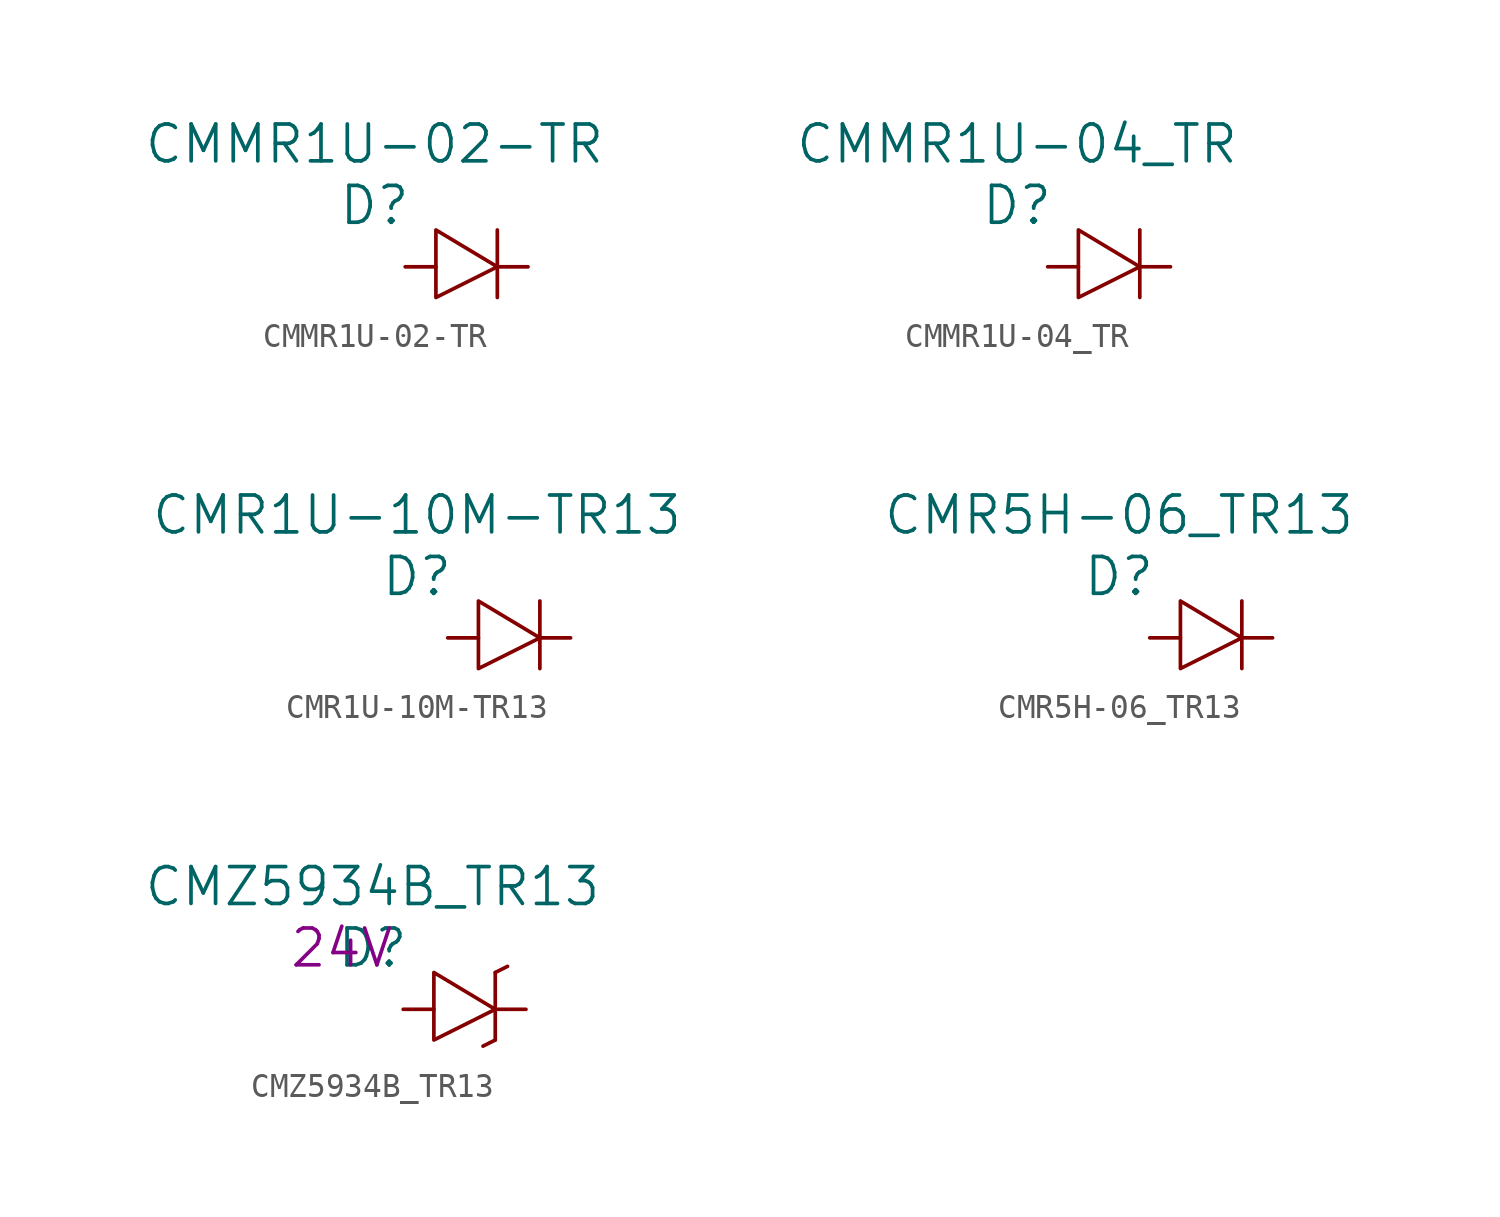
<source format=kicad_sym>
(kicad_symbol_lib
  (version 20220914)
  (generator kicad_symbol_editor)
  (symbol "CMMR1U-02-TR"
    (pin_numbers hide)
    (pin_names
      (offset 1.016) hide)
    (property "Reference" "D"
      (at -1.27 5.08 0)
      (effects (font (size 1.524 1.524))))
    (property "Value" "CMMR1U-02-TR"
      (at -1.27 7.62 0)
      (effects (font (size 1.524 1.524))))
    (symbol "CMMR1U-02-TR_0_1"
      (polyline (pts (xy 3.81 1.27) (xy 3.81 4.064)) (stroke (width 0) (type solid)) (fill (type none)))
      (polyline (pts (xy 1.27 2.54) (xy 1.27 4.064) (xy 3.81 2.54) (xy 1.27 1.27) (xy 1.27 2.54)) (stroke (width 0) (type solid)) (fill (type none))))
    (symbol "CMMR1U-02-TR_1_1"
      (pin passive line (at 0 2.54 0) (length 1.27) (name "A" (effects (font (size 1.27 1.27)))) (number "A" (effects (font (size 1.27 1.27)))))
      (pin passive line (at 5.08 2.54 180) (length 1.27) (name "K" (effects (font (size 1.27 1.27)))) (number "K" (effects (font (size 1.27 1.27)))))))
  (symbol "CMMR1U-04_TR"
    (pin_numbers hide)
    (pin_names
      (offset 1.016) hide)
    (property "Reference" "D"
      (at -1.27 5.08 0)
      (effects (font (size 1.524 1.524))))
    (property "Value" "CMMR1U-04_TR"
      (at -1.27 7.62 0)
      (effects (font (size 1.524 1.524))))
    (symbol "CMMR1U-04_TR_0_1"
      (polyline (pts (xy 3.81 1.27) (xy 3.81 4.064)) (stroke (width 0) (type solid)) (fill (type none)))
      (polyline (pts (xy 1.27 2.54) (xy 1.27 4.064) (xy 3.81 2.54) (xy 1.27 1.27) (xy 1.27 2.54)) (stroke (width 0) (type solid)) (fill (type none))))
    (symbol "CMMR1U-04_TR_1_1"
      (pin passive line (at 0 2.54 0) (length 1.27) (name "A" (effects (font (size 1.27 1.27)))) (number "A" (effects (font (size 1.27 1.27)))))
      (pin passive line (at 5.08 2.54 180) (length 1.27) (name "K" (effects (font (size 1.27 1.27)))) (number "K" (effects (font (size 1.27 1.27)))))))
  (symbol "CMR1U-10M-TR13"
    (pin_numbers hide)
    (pin_names
      (offset 1.016) hide)
    (property "Reference" "D"
      (at -1.27 5.08 0)
      (effects (font (size 1.524 1.524))))
    (property "Value" "CMR1U-10M-TR13"
      (at -1.27 7.62 0)
      (effects (font (size 1.524 1.524))))
    (symbol "CMR1U-10M-TR13_0_1"
      (polyline (pts (xy 3.81 1.27) (xy 3.81 4.064)) (stroke (width 0) (type solid)) (fill (type none)))
      (polyline (pts (xy 1.27 2.54) (xy 1.27 4.064) (xy 3.81 2.54) (xy 1.27 1.27) (xy 1.27 2.54)) (stroke (width 0) (type solid)) (fill (type none))))
    (symbol "CMR1U-10M-TR13_1_1"
      (pin passive line (at 0 2.54 0) (length 1.27) (name "A" (effects (font (size 1.27 1.27)))) (number "A" (effects (font (size 1.27 1.27)))))
      (pin passive line (at 5.08 2.54 180) (length 1.27) (name "C" (effects (font (size 1.27 1.27)))) (number "C" (effects (font (size 1.27 1.27)))))))
  (symbol "CMR5H-06_TR13"
    (pin_numbers hide)
    (pin_names
      (offset 1.016) hide)
    (property "Reference" "D"
      (at -1.27 5.08 0)
      (effects (font (size 1.524 1.524))))
    (property "Value" "CMR5H-06_TR13"
      (at -1.27 7.62 0)
      (effects (font (size 1.524 1.524))))
    (symbol "CMR5H-06_TR13_0_1"
      (polyline (pts (xy 3.81 1.27) (xy 3.81 4.064)) (stroke (width 0) (type solid)) (fill (type none)))
      (polyline (pts (xy 1.27 2.54) (xy 1.27 4.064) (xy 3.81 2.54) (xy 1.27 1.27) (xy 1.27 2.54)) (stroke (width 0) (type solid)) (fill (type none))))
    (symbol "CMR5H-06_TR13_1_1"
      (pin passive line (at 0 2.54 0) (length 1.27) (name "A" (effects (font (size 1.27 1.27)))) (number "A" (effects (font (size 1.27 1.27)))))
      (pin passive line (at 5.08 2.54 180) (length 1.27) (name "K" (effects (font (size 1.27 1.27)))) (number "K" (effects (font (size 1.27 1.27)))))))
  (symbol "CMZ5934B_TR13"
    (pin_numbers hide)
    (pin_names
      (offset 1.016) hide)
    (property "Reference" "D"
      (at -1.27 5.08 0)
      (effects (font (size 1.524 1.524))))
    (property "Value" "CMZ5934B_TR13"
      (at -1.27 7.62 0)
      (effects (font (size 1.524 1.524))))
    (property "Voltage" "24V"
      (at -2.54 5.08 0)
      (effects (font (size 1.524 1.524))))
    (symbol "CMZ5934B_TR13_0_1"
      (polyline (pts (xy 3.81 1.27) (xy 3.302 1.016)) (stroke (width 0) (type solid)) (fill (type none)))
      (polyline (pts (xy 3.81 1.27) (xy 3.81 4.064)) (stroke (width 0) (type solid)) (fill (type none)))
      (polyline (pts (xy 3.81 4.064) (xy 4.318 4.318)) (stroke (width 0) (type solid)) (fill (type none)))
      (polyline (pts (xy 1.27 2.54) (xy 1.27 4.064) (xy 3.81 2.54) (xy 1.27 1.27) (xy 1.27 2.54)) (stroke (width 0) (type solid)) (fill (type none))))
    (symbol "CMZ5934B_TR13_1_1"
      (pin passive line (at 0 2.54 0) (length 1.27) (name "A" (effects (font (size 1.27 1.27)))) (number "A" (effects (font (size 1.27 1.27)))))
      (pin passive line (at 5.08 2.54 180) (length 1.27) (name "C" (effects (font (size 1.27 1.27)))) (number "C" (effects (font (size 1.27 1.27))))))))
</source>
